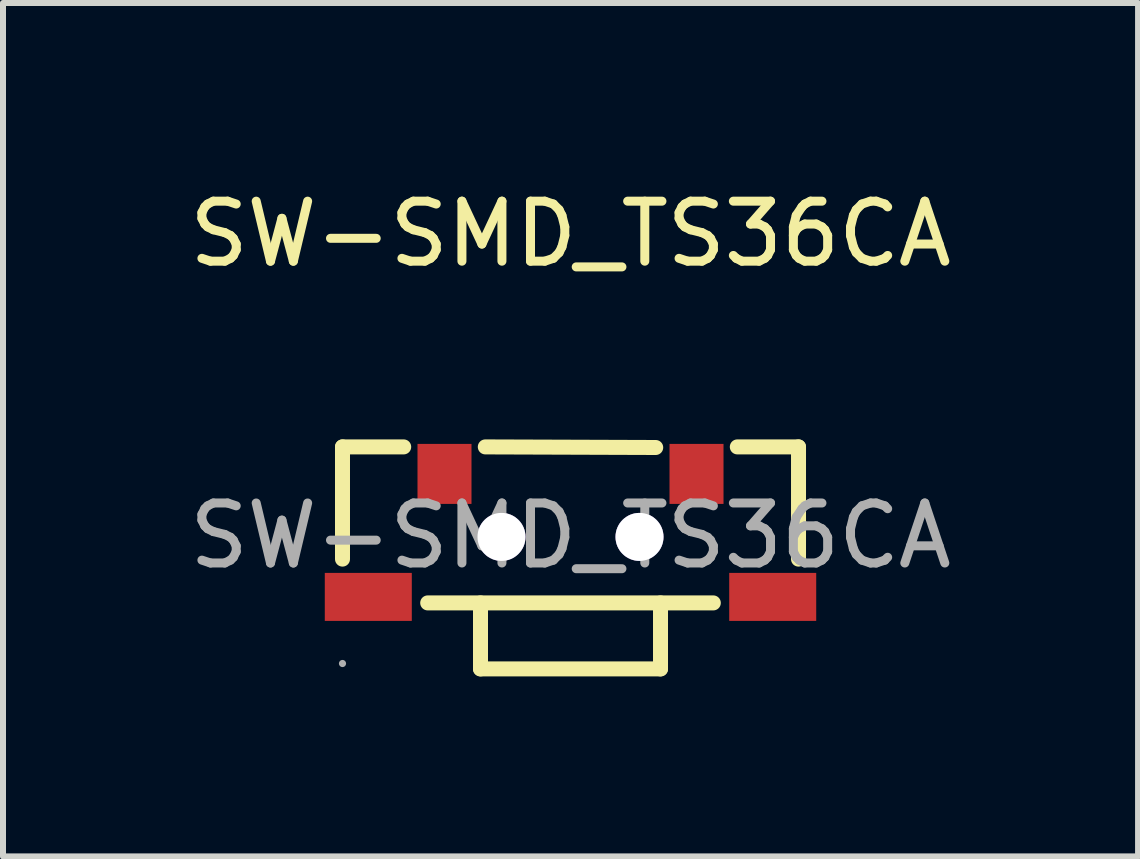
<source format=kicad_pcb>
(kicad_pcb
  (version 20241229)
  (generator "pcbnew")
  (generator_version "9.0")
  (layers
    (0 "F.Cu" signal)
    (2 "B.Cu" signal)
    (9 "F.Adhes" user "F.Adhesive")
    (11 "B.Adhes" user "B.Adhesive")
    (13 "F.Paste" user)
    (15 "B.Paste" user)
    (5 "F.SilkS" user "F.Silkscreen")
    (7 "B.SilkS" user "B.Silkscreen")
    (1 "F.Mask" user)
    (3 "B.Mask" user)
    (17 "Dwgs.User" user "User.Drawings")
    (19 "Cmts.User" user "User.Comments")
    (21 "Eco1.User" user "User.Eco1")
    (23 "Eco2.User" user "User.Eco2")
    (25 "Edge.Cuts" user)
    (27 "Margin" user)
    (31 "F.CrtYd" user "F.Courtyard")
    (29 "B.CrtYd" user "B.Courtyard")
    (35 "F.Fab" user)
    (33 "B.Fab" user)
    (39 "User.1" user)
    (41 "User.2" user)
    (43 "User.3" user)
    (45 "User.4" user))
  (footprint "SW-SMD_TS36CA"
    (layer "F.Cu")
    (at 6.458 5.878)
    (property "Reference" "SW-SMD_TS36CA" (at 0 -5.03 0) (layer "F.SilkS") (effects (font (size 1 1) (thickness 0.15))))
    (attr smd)
    (fp_line (start -3.8 -1.48) (end -3.8 0.39) (stroke (width 0.25) (type solid)) (layer "F.SilkS"))
    (fp_line (start -3.8 -1.48) (end -2.78 -1.48) (stroke (width 0.25) (type solid)) (layer "F.SilkS"))
    (fp_line (start -2.38 1.12) (end 2.38 1.12) (stroke (width 0.25) (type solid)) (layer "F.SilkS"))
    (fp_line (start -1.5 2.22) (end -1.5 1.12) (stroke (width 0.25) (type solid)) (layer "F.SilkS"))
    (fp_line (start -1.5 2.22) (end 1.5 2.22) (stroke (width 0.25) (type solid)) (layer "F.SilkS"))
    (fp_line (start -1.42 -1.48) (end 1.42 -1.47) (stroke (width 0.25) (type solid)) (layer "F.SilkS"))
    (fp_line (start 1.5 2.22) (end 1.5 1.12) (stroke (width 0.25) (type solid)) (layer "F.SilkS"))
    (fp_line (start 2.78 -1.48) (end 3.8 -1.48) (stroke (width 0.25) (type solid)) (layer "F.SilkS"))
    (fp_line (start 3.8 -1.48) (end 3.8 0.39) (stroke (width 0.25) (type solid)) (layer "F.SilkS"))
    (fp_circle (center -1.15 0.02) (end -1 0.02) (stroke (width 0.3) (type solid)) (fill no) (layer "Cmts.User"))
    (fp_circle (center 1.15 0.02) (end 1.3 0.02) (stroke (width 0.3) (type solid)) (fill no) (layer "Cmts.User"))
    (fp_circle (center -3.8 2.13) (end -3.77 2.13) (stroke (width 0.06) (type solid)) (fill no) (layer "F.Fab"))
    (fp_text user "${REFERENCE}" (at 0 0 0) (layer "F.Fab") (effects (font (size 1 1) (thickness 0.15))))
    (pad "" thru_hole circle (at -1.15 0.02) (size 0.8 0.8) (drill 0.8) (layers "*.Cu" "*.Mask"))
    (pad "" thru_hole circle (at 1.15 0.02) (size 0.8 0.8) (drill 0.8) (layers "*.Cu" "*.Mask"))
    (pad "A" smd rect (at -3.37 1.02) (size 1.45 0.8) (layers "F.Cu" "F.Mask" "F.Paste"))
    (pad "B" smd rect (at 3.37 1.02) (size 1.45 0.8) (layers "F.Cu" "F.Mask" "F.Paste"))
    (pad "C" smd rect (at -2.1 -1.03) (size 0.9 1) (layers "F.Cu" "F.Mask" "F.Paste"))
    (pad "D" smd rect (at 2.1 -1.03) (size 0.9 1) (layers "F.Cu" "F.Mask" "F.Paste")))
  (gr_rect
    (start -3 -3)
    (end 15.917 11.223)
    (stroke (width 0.1) (type default))
    (fill no)
    (layer "Edge.Cuts")))
</source>
